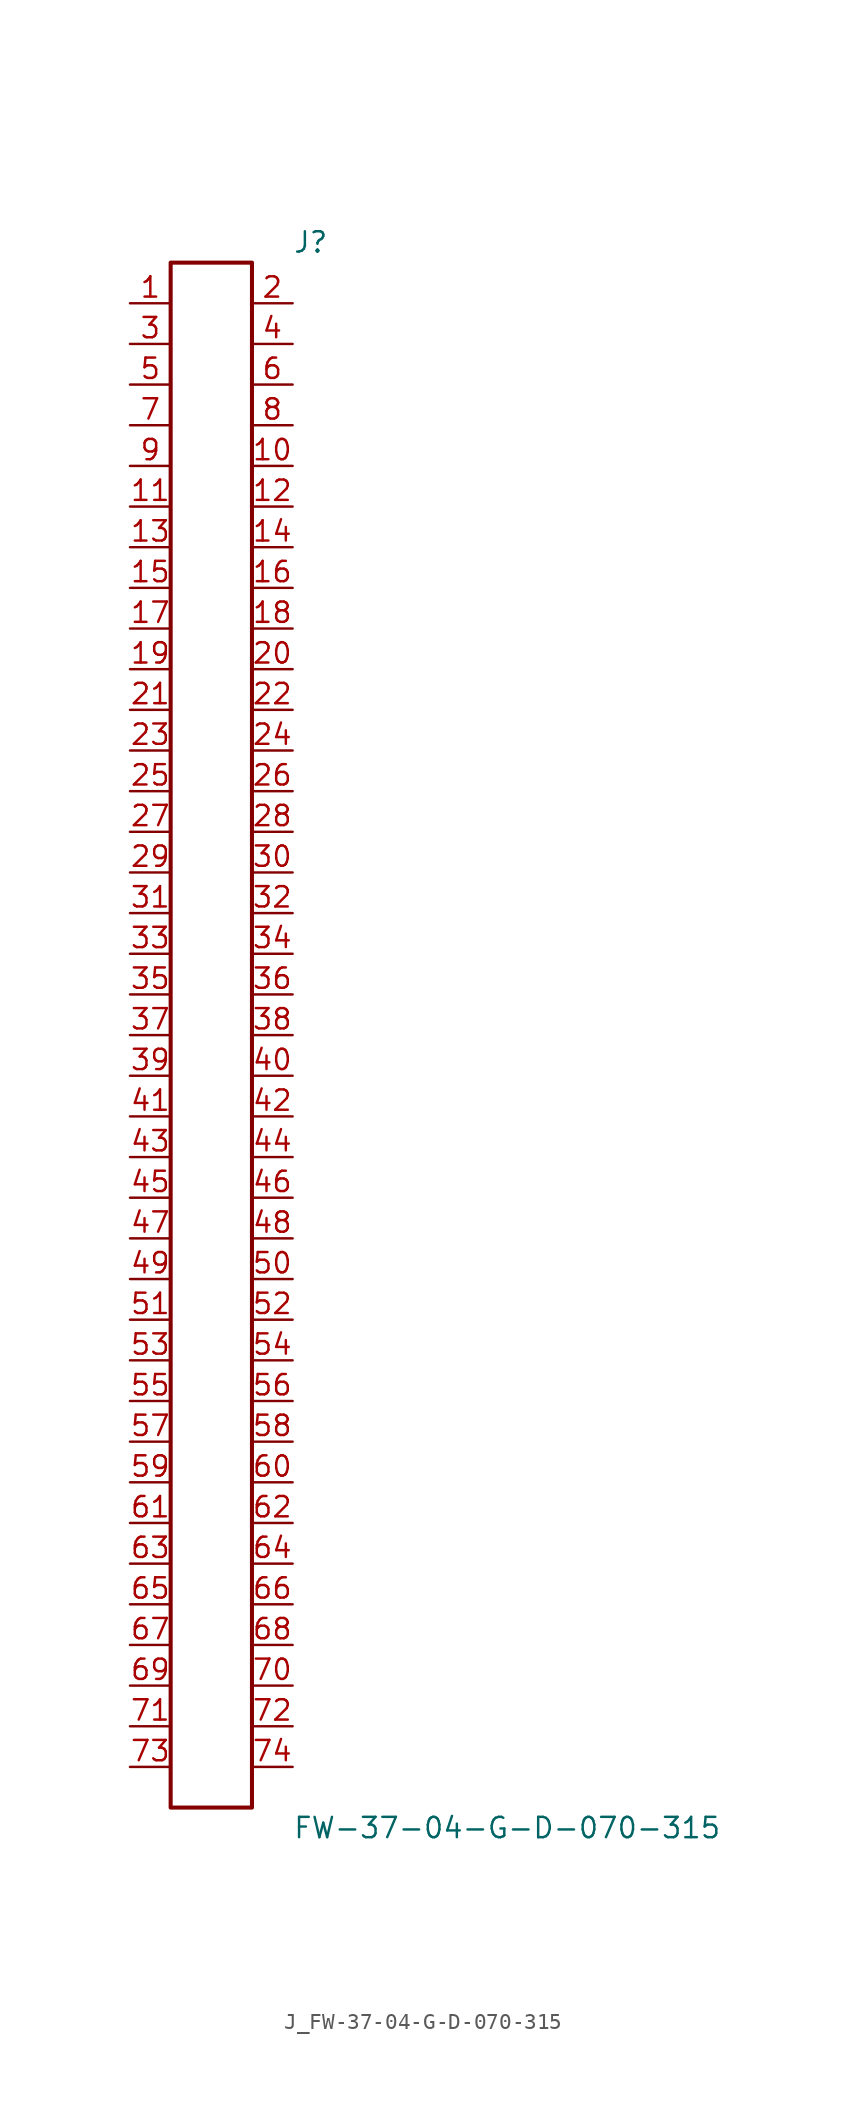
<source format=kicad_sym>
(kicad_symbol_lib
  (version 20231120)
  (generator kicad_symbol_editor)
  (generator_version 8.0)
  (symbol "J_FW-37-04-G-D-070-315"
    (pin_names
      (offset 0.254))
    (property "Reference" "J"
      (at 5.08 49.53 0)
      (effects (font (size 1.27 1.27)) (justify left)))
    (property "Value" "FW-37-04-G-D-070-315"
      (at 5.08 -49.53 0)
      (effects (font (size 1.27 1.27)) (justify left)))
    (symbol "J_FW-37-04-G-D-070-315_0_0"
      (pin passive line (at -5.08 45.72 0) (length 2.54) (name "" (effects (font (size 1.27 1.27)))) (number "1" (effects (font (size 1.27 1.27)))))
      (pin passive line (at 5.08 45.72 180) (length 2.54) (name "" (effects (font (size 1.27 1.27)))) (number "2" (effects (font (size 1.27 1.27)))))
      (pin passive line (at -5.08 43.18 0) (length 2.54) (name "" (effects (font (size 1.27 1.27)))) (number "3" (effects (font (size 1.27 1.27)))))
      (pin passive line (at 5.08 43.18 180) (length 2.54) (name "" (effects (font (size 1.27 1.27)))) (number "4" (effects (font (size 1.27 1.27)))))
      (pin passive line (at -5.08 40.64 0) (length 2.54) (name "" (effects (font (size 1.27 1.27)))) (number "5" (effects (font (size 1.27 1.27)))))
      (pin passive line (at 5.08 40.64 180) (length 2.54) (name "" (effects (font (size 1.27 1.27)))) (number "6" (effects (font (size 1.27 1.27)))))
      (pin passive line (at -5.08 38.1 0) (length 2.54) (name "" (effects (font (size 1.27 1.27)))) (number "7" (effects (font (size 1.27 1.27)))))
      (pin passive line (at 5.08 38.1 180) (length 2.54) (name "" (effects (font (size 1.27 1.27)))) (number "8" (effects (font (size 1.27 1.27)))))
      (pin passive line (at -5.08 35.56 0) (length 2.54) (name "" (effects (font (size 1.27 1.27)))) (number "9" (effects (font (size 1.27 1.27)))))
      (pin passive line (at 5.08 35.56 180) (length 2.54) (name "" (effects (font (size 1.27 1.27)))) (number "10" (effects (font (size 1.27 1.27)))))
      (pin passive line (at -5.08 33.02 0) (length 2.54) (name "" (effects (font (size 1.27 1.27)))) (number "11" (effects (font (size 1.27 1.27)))))
      (pin passive line (at 5.08 33.02 180) (length 2.54) (name "" (effects (font (size 1.27 1.27)))) (number "12" (effects (font (size 1.27 1.27)))))
      (pin passive line (at -5.08 30.48 0) (length 2.54) (name "" (effects (font (size 1.27 1.27)))) (number "13" (effects (font (size 1.27 1.27)))))
      (pin passive line (at 5.08 30.48 180) (length 2.54) (name "" (effects (font (size 1.27 1.27)))) (number "14" (effects (font (size 1.27 1.27)))))
      (pin passive line (at -5.08 27.94 0) (length 2.54) (name "" (effects (font (size 1.27 1.27)))) (number "15" (effects (font (size 1.27 1.27)))))
      (pin passive line (at 5.08 27.94 180) (length 2.54) (name "" (effects (font (size 1.27 1.27)))) (number "16" (effects (font (size 1.27 1.27)))))
      (pin passive line (at -5.08 25.4 0) (length 2.54) (name "" (effects (font (size 1.27 1.27)))) (number "17" (effects (font (size 1.27 1.27)))))
      (pin passive line (at 5.08 25.4 180) (length 2.54) (name "" (effects (font (size 1.27 1.27)))) (number "18" (effects (font (size 1.27 1.27)))))
      (pin passive line (at -5.08 22.86 0) (length 2.54) (name "" (effects (font (size 1.27 1.27)))) (number "19" (effects (font (size 1.27 1.27)))))
      (pin passive line (at 5.08 22.86 180) (length 2.54) (name "" (effects (font (size 1.27 1.27)))) (number "20" (effects (font (size 1.27 1.27)))))
      (pin passive line (at -5.08 20.32 0) (length 2.54) (name "" (effects (font (size 1.27 1.27)))) (number "21" (effects (font (size 1.27 1.27)))))
      (pin passive line (at 5.08 20.32 180) (length 2.54) (name "" (effects (font (size 1.27 1.27)))) (number "22" (effects (font (size 1.27 1.27)))))
      (pin passive line (at -5.08 17.78 0) (length 2.54) (name "" (effects (font (size 1.27 1.27)))) (number "23" (effects (font (size 1.27 1.27)))))
      (pin passive line (at 5.08 17.78 180) (length 2.54) (name "" (effects (font (size 1.27 1.27)))) (number "24" (effects (font (size 1.27 1.27)))))
      (pin passive line (at -5.08 15.24 0) (length 2.54) (name "" (effects (font (size 1.27 1.27)))) (number "25" (effects (font (size 1.27 1.27)))))
      (pin passive line (at 5.08 15.24 180) (length 2.54) (name "" (effects (font (size 1.27 1.27)))) (number "26" (effects (font (size 1.27 1.27)))))
      (pin passive line (at -5.08 12.7 0) (length 2.54) (name "" (effects (font (size 1.27 1.27)))) (number "27" (effects (font (size 1.27 1.27)))))
      (pin passive line (at 5.08 12.7 180) (length 2.54) (name "" (effects (font (size 1.27 1.27)))) (number "28" (effects (font (size 1.27 1.27)))))
      (pin passive line (at -5.08 10.16 0) (length 2.54) (name "" (effects (font (size 1.27 1.27)))) (number "29" (effects (font (size 1.27 1.27)))))
      (pin passive line (at 5.08 10.16 180) (length 2.54) (name "" (effects (font (size 1.27 1.27)))) (number "30" (effects (font (size 1.27 1.27)))))
      (pin passive line (at -5.08 7.62 0) (length 2.54) (name "" (effects (font (size 1.27 1.27)))) (number "31" (effects (font (size 1.27 1.27)))))
      (pin passive line (at 5.08 7.62 180) (length 2.54) (name "" (effects (font (size 1.27 1.27)))) (number "32" (effects (font (size 1.27 1.27)))))
      (pin passive line (at -5.08 5.08 0) (length 2.54) (name "" (effects (font (size 1.27 1.27)))) (number "33" (effects (font (size 1.27 1.27)))))
      (pin passive line (at 5.08 5.08 180) (length 2.54) (name "" (effects (font (size 1.27 1.27)))) (number "34" (effects (font (size 1.27 1.27)))))
      (pin passive line (at -5.08 2.54 0) (length 2.54) (name "" (effects (font (size 1.27 1.27)))) (number "35" (effects (font (size 1.27 1.27)))))
      (pin passive line (at 5.08 2.54 180) (length 2.54) (name "" (effects (font (size 1.27 1.27)))) (number "36" (effects (font (size 1.27 1.27)))))
      (pin passive line (at -5.08 0.0 0) (length 2.54) (name "" (effects (font (size 1.27 1.27)))) (number "37" (effects (font (size 1.27 1.27)))))
      (pin passive line (at 5.08 0.0 180) (length 2.54) (name "" (effects (font (size 1.27 1.27)))) (number "38" (effects (font (size 1.27 1.27)))))
      (pin passive line (at -5.08 -2.54 0) (length 2.54) (name "" (effects (font (size 1.27 1.27)))) (number "39" (effects (font (size 1.27 1.27)))))
      (pin passive line (at 5.08 -2.54 180) (length 2.54) (name "" (effects (font (size 1.27 1.27)))) (number "40" (effects (font (size 1.27 1.27)))))
      (pin passive line (at -5.08 -5.08 0) (length 2.54) (name "" (effects (font (size 1.27 1.27)))) (number "41" (effects (font (size 1.27 1.27)))))
      (pin passive line (at 5.08 -5.08 180) (length 2.54) (name "" (effects (font (size 1.27 1.27)))) (number "42" (effects (font (size 1.27 1.27)))))
      (pin passive line (at -5.08 -7.62 0) (length 2.54) (name "" (effects (font (size 1.27 1.27)))) (number "43" (effects (font (size 1.27 1.27)))))
      (pin passive line (at 5.08 -7.62 180) (length 2.54) (name "" (effects (font (size 1.27 1.27)))) (number "44" (effects (font (size 1.27 1.27)))))
      (pin passive line (at -5.08 -10.16 0) (length 2.54) (name "" (effects (font (size 1.27 1.27)))) (number "45" (effects (font (size 1.27 1.27)))))
      (pin passive line (at 5.08 -10.16 180) (length 2.54) (name "" (effects (font (size 1.27 1.27)))) (number "46" (effects (font (size 1.27 1.27)))))
      (pin passive line (at -5.08 -12.7 0) (length 2.54) (name "" (effects (font (size 1.27 1.27)))) (number "47" (effects (font (size 1.27 1.27)))))
      (pin passive line (at 5.08 -12.7 180) (length 2.54) (name "" (effects (font (size 1.27 1.27)))) (number "48" (effects (font (size 1.27 1.27)))))
      (pin passive line (at -5.08 -15.24 0) (length 2.54) (name "" (effects (font (size 1.27 1.27)))) (number "49" (effects (font (size 1.27 1.27)))))
      (pin passive line (at 5.08 -15.24 180) (length 2.54) (name "" (effects (font (size 1.27 1.27)))) (number "50" (effects (font (size 1.27 1.27)))))
      (pin passive line (at -5.08 -17.78 0) (length 2.54) (name "" (effects (font (size 1.27 1.27)))) (number "51" (effects (font (size 1.27 1.27)))))
      (pin passive line (at 5.08 -17.78 180) (length 2.54) (name "" (effects (font (size 1.27 1.27)))) (number "52" (effects (font (size 1.27 1.27)))))
      (pin passive line (at -5.08 -20.32 0) (length 2.54) (name "" (effects (font (size 1.27 1.27)))) (number "53" (effects (font (size 1.27 1.27)))))
      (pin passive line (at 5.08 -20.32 180) (length 2.54) (name "" (effects (font (size 1.27 1.27)))) (number "54" (effects (font (size 1.27 1.27)))))
      (pin passive line (at -5.08 -22.86 0) (length 2.54) (name "" (effects (font (size 1.27 1.27)))) (number "55" (effects (font (size 1.27 1.27)))))
      (pin passive line (at 5.08 -22.86 180) (length 2.54) (name "" (effects (font (size 1.27 1.27)))) (number "56" (effects (font (size 1.27 1.27)))))
      (pin passive line (at -5.08 -25.4 0) (length 2.54) (name "" (effects (font (size 1.27 1.27)))) (number "57" (effects (font (size 1.27 1.27)))))
      (pin passive line (at 5.08 -25.4 180) (length 2.54) (name "" (effects (font (size 1.27 1.27)))) (number "58" (effects (font (size 1.27 1.27)))))
      (pin passive line (at -5.08 -27.94 0) (length 2.54) (name "" (effects (font (size 1.27 1.27)))) (number "59" (effects (font (size 1.27 1.27)))))
      (pin passive line (at 5.08 -27.94 180) (length 2.54) (name "" (effects (font (size 1.27 1.27)))) (number "60" (effects (font (size 1.27 1.27)))))
      (pin passive line (at -5.08 -30.48 0) (length 2.54) (name "" (effects (font (size 1.27 1.27)))) (number "61" (effects (font (size 1.27 1.27)))))
      (pin passive line (at 5.08 -30.48 180) (length 2.54) (name "" (effects (font (size 1.27 1.27)))) (number "62" (effects (font (size 1.27 1.27)))))
      (pin passive line (at -5.08 -33.02 0) (length 2.54) (name "" (effects (font (size 1.27 1.27)))) (number "63" (effects (font (size 1.27 1.27)))))
      (pin passive line (at 5.08 -33.02 180) (length 2.54) (name "" (effects (font (size 1.27 1.27)))) (number "64" (effects (font (size 1.27 1.27)))))
      (pin passive line (at -5.08 -35.56 0) (length 2.54) (name "" (effects (font (size 1.27 1.27)))) (number "65" (effects (font (size 1.27 1.27)))))
      (pin passive line (at 5.08 -35.56 180) (length 2.54) (name "" (effects (font (size 1.27 1.27)))) (number "66" (effects (font (size 1.27 1.27)))))
      (pin passive line (at -5.08 -38.1 0) (length 2.54) (name "" (effects (font (size 1.27 1.27)))) (number "67" (effects (font (size 1.27 1.27)))))
      (pin passive line (at 5.08 -38.1 180) (length 2.54) (name "" (effects (font (size 1.27 1.27)))) (number "68" (effects (font (size 1.27 1.27)))))
      (pin passive line (at -5.08 -40.64 0) (length 2.54) (name "" (effects (font (size 1.27 1.27)))) (number "69" (effects (font (size 1.27 1.27)))))
      (pin passive line (at 5.08 -40.64 180) (length 2.54) (name "" (effects (font (size 1.27 1.27)))) (number "70" (effects (font (size 1.27 1.27)))))
      (pin passive line (at -5.08 -43.18 0) (length 2.54) (name "" (effects (font (size 1.27 1.27)))) (number "71" (effects (font (size 1.27 1.27)))))
      (pin passive line (at 5.08 -43.18 180) (length 2.54) (name "" (effects (font (size 1.27 1.27)))) (number "72" (effects (font (size 1.27 1.27)))))
      (pin passive line (at -5.08 -45.72 0) (length 2.54) (name "" (effects (font (size 1.27 1.27)))) (number "73" (effects (font (size 1.27 1.27)))))
      (pin passive line (at 5.08 -45.72 180) (length 2.54) (name "" (effects (font (size 1.27 1.27)))) (number "74" (effects (font (size 1.27 1.27))))))
    (symbol "J_FW-37-04-G-D-070-315_1_0"
      (rectangle (start -2.54 48.26) (end 2.54 -48.26) (stroke (width 0.254) (type solid)) (fill (type none))))))
</source>
